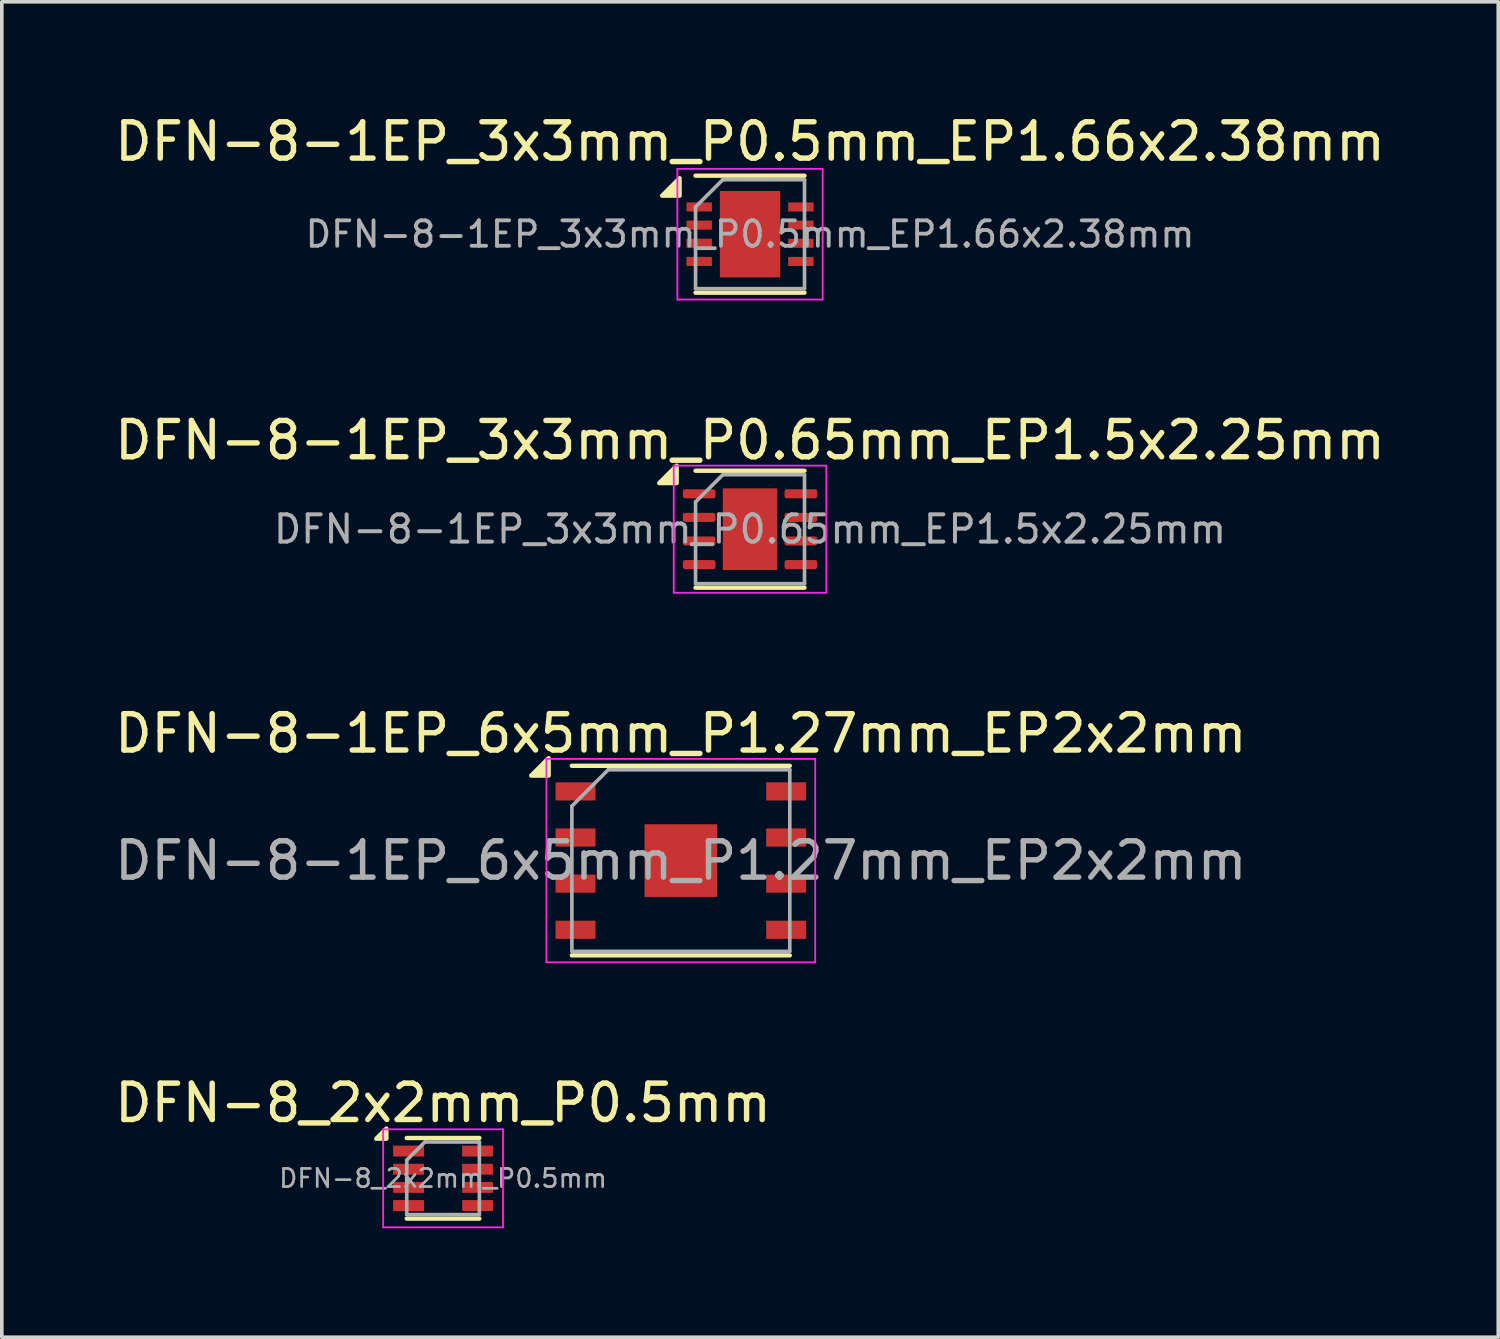
<source format=kicad_pcb>
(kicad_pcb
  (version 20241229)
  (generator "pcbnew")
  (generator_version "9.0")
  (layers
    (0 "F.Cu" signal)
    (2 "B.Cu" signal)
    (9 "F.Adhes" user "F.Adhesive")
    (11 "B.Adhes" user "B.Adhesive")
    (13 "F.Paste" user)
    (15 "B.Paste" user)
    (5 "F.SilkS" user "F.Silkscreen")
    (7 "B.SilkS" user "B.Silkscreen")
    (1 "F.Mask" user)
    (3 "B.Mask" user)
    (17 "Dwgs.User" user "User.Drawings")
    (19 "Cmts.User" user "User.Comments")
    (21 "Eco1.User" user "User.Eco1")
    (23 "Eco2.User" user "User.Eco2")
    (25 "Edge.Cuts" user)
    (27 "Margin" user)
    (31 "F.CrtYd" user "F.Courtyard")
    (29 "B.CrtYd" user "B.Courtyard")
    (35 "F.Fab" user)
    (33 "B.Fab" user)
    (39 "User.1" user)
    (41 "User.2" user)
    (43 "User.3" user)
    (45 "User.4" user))
  (footprint "DFN-8-1EP_6x5mm_P1.27mm_EP2x2mm"
    (layer "F.Cu")
    (at 15.696 20.645)
    (property "Reference" "DFN-8-1EP_6x5mm_P1.27mm_EP2x2mm" (at 0 -3.5 0) (layer "F.SilkS") (effects (font (size 1 1) (thickness 0.15))))
    (attr smd)
    (fp_line (start -3 -2.61) (end 3 -2.61) (stroke (width 0.12) (type solid)) (layer "F.SilkS"))
    (fp_line (start -3 2.61) (end 3 2.61) (stroke (width 0.12) (type solid)) (layer "F.SilkS"))
    (fp_poly (pts (xy -3.64 -2.34) (xy -4.12 -2.34) (xy -3.64 -2.82) (xy -3.64 -2.34)) (stroke (width 0.12) (type solid)) (fill yes) (layer "F.SilkS"))
    (fp_line (start -3.7 -2.8) (end 3.7 -2.8) (stroke (width 0.05) (type solid)) (layer "F.CrtYd"))
    (fp_line (start -3.7 2.8) (end -3.7 -2.8) (stroke (width 0.05) (type solid)) (layer "F.CrtYd"))
    (fp_line (start 3.7 -2.8) (end 3.7 2.8) (stroke (width 0.05) (type solid)) (layer "F.CrtYd"))
    (fp_line (start 3.7 2.8) (end -3.7 2.8) (stroke (width 0.05) (type solid)) (layer "F.CrtYd"))
    (fp_line (start -3 2.5) (end -3 -1.5) (stroke (width 0.1) (type solid)) (layer "F.Fab"))
    (fp_line (start -2 -2.5) (end -3 -1.5) (stroke (width 0.1) (type solid)) (layer "F.Fab"))
    (fp_line (start -2 -2.5) (end 3 -2.5) (stroke (width 0.1) (type solid)) (layer "F.Fab"))
    (fp_line (start 3 -2.5) (end 3 2.5) (stroke (width 0.1) (type solid)) (layer "F.Fab"))
    (fp_line (start 3 2.5) (end -3 2.5) (stroke (width 0.1) (type solid)) (layer "F.Fab"))
    (fp_text user "${REFERENCE}" (at 0 0 0) (layer "F.Fab") (effects (font (size 1 1) (thickness 0.15))))
    (pad "" smd rect (at -0.5 -0.5 270) (size 0.8 0.8) (layers "F.Paste"))
    (pad "" smd rect (at -0.5 0.5 270) (size 0.8 0.8) (layers "F.Paste"))
    (pad "" smd rect (at 0.5 -0.5 270) (size 0.8 0.8) (layers "F.Paste"))
    (pad "" smd rect (at 0.5 0.5 270) (size 0.8 0.8) (layers "F.Paste"))
    (pad "1" smd rect (at -2.9 -1.905 270) (size 0.5 1.1) (layers "F.Cu" "F.Mask" "F.Paste"))
    (pad "2" smd rect (at -2.9 -0.635 270) (size 0.5 1.1) (layers "F.Cu" "F.Mask" "F.Paste"))
    (pad "3" smd rect (at -2.9 0.635 270) (size 0.5 1.1) (layers "F.Cu" "F.Mask" "F.Paste"))
    (pad "4" smd rect (at -2.9 1.905 270) (size 0.5 1.1) (layers "F.Cu" "F.Mask" "F.Paste"))
    (pad "5" smd rect (at 2.9 1.905 270) (size 0.5 1.1) (layers "F.Cu" "F.Mask" "F.Paste"))
    (pad "6" smd rect (at 2.9 0.635 270) (size 0.5 1.1) (layers "F.Cu" "F.Mask" "F.Paste"))
    (pad "7" smd rect (at 2.9 -0.635 270) (size 0.5 1.1) (layers "F.Cu" "F.Mask" "F.Paste"))
    (pad "8" smd rect (at 2.9 -1.905 270) (size 0.5 1.1) (layers "F.Cu" "F.Mask" "F.Paste"))
    (pad "9" smd rect (at 0 0 270) (size 2 2) (layers "F.Cu" "F.Mask")))
  (footprint "DFN-8-1EP_3x3mm_P0.5mm_EP1.66x2.38mm"
    (layer "F.Cu")
    (at 17.601 3.398)
    (property "Reference" "DFN-8-1EP_3x3mm_P0.5mm_EP1.66x2.38mm" (at 0 -2.55 0) (layer "F.SilkS") (effects (font (size 1 1) (thickness 0.15))))
    (attr smd)
    (fp_line (start -1.5 -1.61) (end 1.5 -1.61) (stroke (width 0.12) (type solid)) (layer "F.SilkS"))
    (fp_line (start -1.5 1.61) (end 1.5 1.61) (stroke (width 0.12) (type solid)) (layer "F.SilkS"))
    (fp_poly (pts (xy -1.94 -1.06) (xy -2.42 -1.06) (xy -1.94 -1.54) (xy -1.94 -1.06)) (stroke (width 0.12) (type solid)) (fill yes) (layer "F.SilkS"))
    (fp_line (start -2 -1.8) (end -2 1.8) (stroke (width 0.05) (type solid)) (layer "F.CrtYd"))
    (fp_line (start -2 -1.8) (end 2 -1.8) (stroke (width 0.05) (type solid)) (layer "F.CrtYd"))
    (fp_line (start -2 1.8) (end 2 1.8) (stroke (width 0.05) (type solid)) (layer "F.CrtYd"))
    (fp_line (start 2 -1.8) (end 2 1.8) (stroke (width 0.05) (type solid)) (layer "F.CrtYd"))
    (fp_line (start -1.5 -0.75) (end -0.75 -1.5) (stroke (width 0.1) (type solid)) (layer "F.Fab"))
    (fp_line (start -1.5 1.5) (end -1.5 -0.75) (stroke (width 0.1) (type solid)) (layer "F.Fab"))
    (fp_line (start -0.75 -1.5) (end 1.5 -1.5) (stroke (width 0.1) (type solid)) (layer "F.Fab"))
    (fp_line (start 1.5 -1.5) (end 1.5 1.5) (stroke (width 0.1) (type solid)) (layer "F.Fab"))
    (fp_line (start 1.5 1.5) (end -1.5 1.5) (stroke (width 0.1) (type solid)) (layer "F.Fab"))
    (fp_text user "${REFERENCE}" (at 0 0 0) (layer "F.Fab") (effects (font (size 0.7 0.7) (thickness 0.105))))
    (pad "" smd rect (at -0.415 -0.595) (size 0.64 1) (layers "F.Paste"))
    (pad "" smd rect (at -0.415 0.595) (size 0.64 1) (layers "F.Paste"))
    (pad "" smd rect (at 0.415 -0.595) (size 0.64 1) (layers "F.Paste"))
    (pad "" smd rect (at 0.415 0.595) (size 0.64 1) (layers "F.Paste"))
    (pad "1" smd rect (at -1.4 -0.75) (size 0.7 0.25) (layers "F.Cu" "F.Mask" "F.Paste"))
    (pad "2" smd rect (at -1.4 -0.25) (size 0.7 0.25) (layers "F.Cu" "F.Mask" "F.Paste"))
    (pad "3" smd rect (at -1.4 0.25) (size 0.7 0.25) (layers "F.Cu" "F.Mask" "F.Paste"))
    (pad "4" smd rect (at -1.4 0.75) (size 0.7 0.25) (layers "F.Cu" "F.Mask" "F.Paste"))
    (pad "5" smd rect (at 1.4 0.75) (size 0.7 0.25) (layers "F.Cu" "F.Mask" "F.Paste"))
    (pad "6" smd rect (at 1.4 0.25) (size 0.7 0.25) (layers "F.Cu" "F.Mask" "F.Paste"))
    (pad "7" smd rect (at 1.4 -0.25) (size 0.7 0.25) (layers "F.Cu" "F.Mask" "F.Paste"))
    (pad "8" smd rect (at 1.4 -0.75) (size 0.7 0.25) (layers "F.Cu" "F.Mask" "F.Paste"))
    (pad "9" smd rect (at 0 0) (size 1.66 2.38) (layers "F.Cu" "F.Mask")))
  (footprint "DFN-8-1EP_3x3mm_P0.65mm_EP1.5x2.25mm"
    (layer "F.Cu")
    (at 17.601 11.521)
    (property "Reference" "DFN-8-1EP_3x3mm_P0.65mm_EP1.5x2.25mm" (at 0 -2.45 0) (layer "F.SilkS") (effects (font (size 1 1) (thickness 0.15))))
    (attr smd)
    (fp_line (start -1.5 -1.61) (end 1.5 -1.61) (stroke (width 0.12) (type solid)) (layer "F.SilkS"))
    (fp_line (start -1.5 1.61) (end 1.5 1.61) (stroke (width 0.12) (type solid)) (layer "F.SilkS"))
    (fp_poly (pts (xy -2.02 -1.27) (xy -2.5 -1.27) (xy -2.02 -1.75) (xy -2.02 -1.27)) (stroke (width 0.12) (type solid)) (fill yes) (layer "F.SilkS"))
    (fp_line (start -2.1 -1.75) (end -2.1 1.75) (stroke (width 0.05) (type solid)) (layer "F.CrtYd"))
    (fp_line (start -2.1 1.75) (end 2.1 1.75) (stroke (width 0.05) (type solid)) (layer "F.CrtYd"))
    (fp_line (start 2.1 -1.75) (end -2.1 -1.75) (stroke (width 0.05) (type solid)) (layer "F.CrtYd"))
    (fp_line (start 2.1 1.75) (end 2.1 -1.75) (stroke (width 0.05) (type solid)) (layer "F.CrtYd"))
    (fp_line (start -1.5 -0.75) (end -0.75 -1.5) (stroke (width 0.1) (type solid)) (layer "F.Fab"))
    (fp_line (start -1.5 1.5) (end -1.5 -0.75) (stroke (width 0.1) (type solid)) (layer "F.Fab"))
    (fp_line (start -0.75 -1.5) (end 1.5 -1.5) (stroke (width 0.1) (type solid)) (layer "F.Fab"))
    (fp_line (start 1.5 -1.5) (end 1.5 1.5) (stroke (width 0.1) (type solid)) (layer "F.Fab"))
    (fp_line (start 1.5 1.5) (end -1.5 1.5) (stroke (width 0.1) (type solid)) (layer "F.Fab"))
    (fp_text user "${REFERENCE}" (at 0 0 0) (layer "F.Fab") (effects (font (size 0.75 0.75) (thickness 0.11))))
    (pad "" smd roundrect (at -0.375 -0.56) (size 0.6 0.91) (layers "F.Paste") (roundrect_rratio 0.25))
    (pad "" smd roundrect (at -0.375 0.56) (size 0.6 0.91) (layers "F.Paste") (roundrect_rratio 0.25))
    (pad "" smd roundrect (at 0.375 -0.56) (size 0.6 0.91) (layers "F.Paste") (roundrect_rratio 0.25))
    (pad "" smd roundrect (at 0.375 0.56) (size 0.6 0.91) (layers "F.Paste") (roundrect_rratio 0.25))
    (pad "1" smd roundrect (at -1.4 -0.975) (size 0.9 0.25) (layers "F.Cu" "F.Mask" "F.Paste") (roundrect_rratio 0.25))
    (pad "2" smd roundrect (at -1.4 -0.325) (size 0.9 0.25) (layers "F.Cu" "F.Mask" "F.Paste") (roundrect_rratio 0.25))
    (pad "3" smd roundrect (at -1.4 0.325) (size 0.9 0.25) (layers "F.Cu" "F.Mask" "F.Paste") (roundrect_rratio 0.25))
    (pad "4" smd roundrect (at -1.4 0.975) (size 0.9 0.25) (layers "F.Cu" "F.Mask" "F.Paste") (roundrect_rratio 0.25))
    (pad "5" smd roundrect (at 1.4 0.975) (size 0.9 0.25) (layers "F.Cu" "F.Mask" "F.Paste") (roundrect_rratio 0.25))
    (pad "6" smd roundrect (at 1.4 0.325) (size 0.9 0.25) (layers "F.Cu" "F.Mask" "F.Paste") (roundrect_rratio 0.25))
    (pad "7" smd roundrect (at 1.4 -0.325) (size 0.9 0.25) (layers "F.Cu" "F.Mask" "F.Paste") (roundrect_rratio 0.25))
    (pad "8" smd roundrect (at 1.4 -0.975) (size 0.9 0.25) (layers "F.Cu" "F.Mask" "F.Paste") (roundrect_rratio 0.25))
    (pad "9" smd rect (at 0 0) (size 1.5 2.25) (property pad_prop_heatsink) (layers "F.Cu" "F.Mask")))
  (footprint "DFN-8_2x2mm_P0.5mm"
    (layer "F.Cu")
    (at 9.149 29.393)
    (property "Reference" "DFN-8_2x2mm_P0.5mm" (at 0 -2.075 0) (layer "F.SilkS") (effects (font (size 1 1) (thickness 0.15))))
    (attr smd)
    (fp_line (start -1 -1.11) (end 1 -1.11) (stroke (width 0.12) (type solid)) (layer "F.SilkS"))
    (fp_line (start -1 1.11) (end 1 1.11) (stroke (width 0.12) (type solid)) (layer "F.SilkS"))
    (fp_poly (pts (xy -1.56 -1.09) (xy -1.84 -1.09) (xy -1.56 -1.37) (xy -1.56 -1.09)) (stroke (width 0.12) (type solid)) (fill yes) (layer "F.SilkS"))
    (fp_line (start -1.65 -1.35) (end -1.65 1.35) (stroke (width 0.05) (type solid)) (layer "F.CrtYd"))
    (fp_line (start -1.65 -1.35) (end 1.65 -1.35) (stroke (width 0.05) (type solid)) (layer "F.CrtYd"))
    (fp_line (start -1.65 1.35) (end 1.65 1.35) (stroke (width 0.05) (type solid)) (layer "F.CrtYd"))
    (fp_line (start 1.65 -1.35) (end 1.65 1.35) (stroke (width 0.05) (type solid)) (layer "F.CrtYd"))
    (fp_line (start -1 -0.5) (end -0.5 -1) (stroke (width 0.1) (type solid)) (layer "F.Fab"))
    (fp_line (start -1 1) (end -1 -0.5) (stroke (width 0.1) (type solid)) (layer "F.Fab"))
    (fp_line (start -0.5 -1) (end 1 -1) (stroke (width 0.1) (type solid)) (layer "F.Fab"))
    (fp_line (start 1 -1) (end 1 1) (stroke (width 0.1) (type solid)) (layer "F.Fab"))
    (fp_line (start 1 1) (end -1 1) (stroke (width 0.1) (type solid)) (layer "F.Fab"))
    (fp_text user "${REFERENCE}" (at 0 0 0) (layer "F.Fab") (effects (font (size 0.5 0.5) (thickness 0.075))))
    (pad "1" smd rect (at -0.95 -0.75) (size 0.85 0.3) (layers "F.Cu" "F.Mask" "F.Paste"))
    (pad "2" smd rect (at -0.95 -0.25) (size 0.85 0.3) (layers "F.Cu" "F.Mask" "F.Paste"))
    (pad "3" smd rect (at -0.95 0.25) (size 0.85 0.3) (layers "F.Cu" "F.Mask" "F.Paste"))
    (pad "4" smd rect (at -0.95 0.75) (size 0.85 0.3) (layers "F.Cu" "F.Mask" "F.Paste"))
    (pad "5" smd rect (at 0.95 0.75) (size 0.85 0.3) (layers "F.Cu" "F.Mask" "F.Paste"))
    (pad "6" smd rect (at 0.95 0.25) (size 0.85 0.3) (layers "F.Cu" "F.Mask" "F.Paste"))
    (pad "7" smd rect (at 0.95 -0.25) (size 0.85 0.3) (layers "F.Cu" "F.Mask" "F.Paste"))
    (pad "8" smd rect (at 0.95 -0.75) (size 0.85 0.3) (layers "F.Cu" "F.Mask" "F.Paste")))
  (gr_rect
    (start -3 -3)
    (end 38.202 33.768)
    (stroke (width 0.1) (type default))
    (fill no)
    (layer "Edge.Cuts")))
</source>
